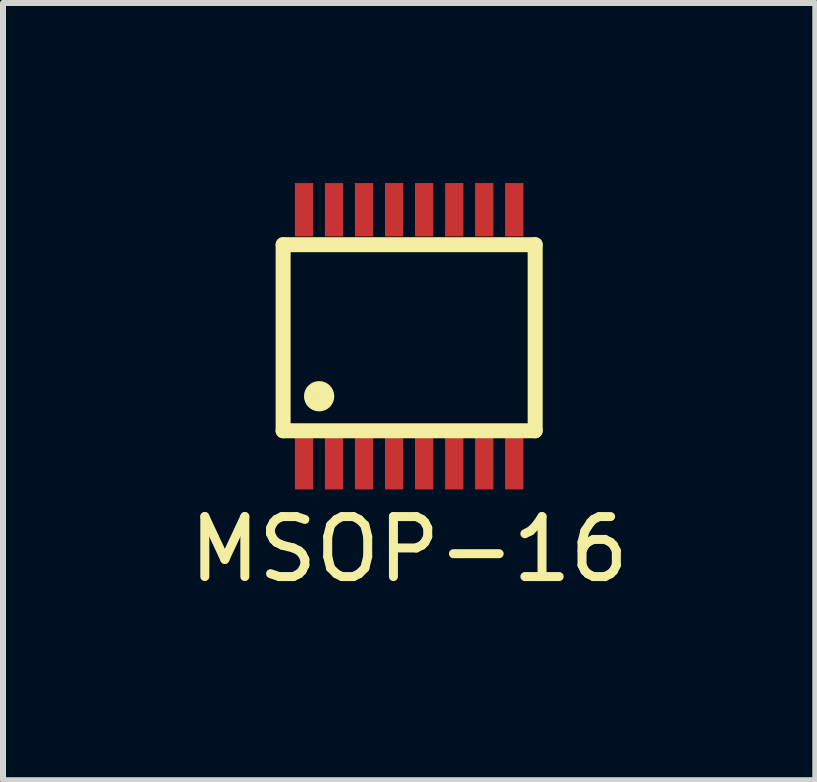
<source format=kicad_pcb>
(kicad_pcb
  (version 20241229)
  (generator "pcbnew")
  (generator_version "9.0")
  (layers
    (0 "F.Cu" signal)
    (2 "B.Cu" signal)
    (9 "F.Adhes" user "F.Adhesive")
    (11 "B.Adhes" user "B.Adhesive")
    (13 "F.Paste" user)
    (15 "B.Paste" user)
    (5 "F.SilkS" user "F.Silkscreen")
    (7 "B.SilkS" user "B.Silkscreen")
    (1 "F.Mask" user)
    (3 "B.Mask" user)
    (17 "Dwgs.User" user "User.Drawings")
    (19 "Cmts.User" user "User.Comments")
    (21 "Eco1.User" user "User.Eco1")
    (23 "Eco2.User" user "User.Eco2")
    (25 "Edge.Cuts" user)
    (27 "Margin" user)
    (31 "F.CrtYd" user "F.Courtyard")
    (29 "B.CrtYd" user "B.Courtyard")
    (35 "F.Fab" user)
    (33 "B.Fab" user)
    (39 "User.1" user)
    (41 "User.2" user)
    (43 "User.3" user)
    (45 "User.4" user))
  (footprint "MSOP-16"
    (layer "F.Cu")
    (at 3.768 2.553)
    (property "Reference" "MSOP-16" (at 0 3.55 0) (layer "F.SilkS") (effects (font (size 1 1) (thickness 0.15))))
    (attr through_hole)
    (fp_line (start -2.1 -1.525) (end -2.1 1.575) (stroke (width 0.25) (type solid)) (layer "F.SilkS"))
    (fp_line (start -2.1 1.575) (end 2.1 1.575) (stroke (width 0.25) (type solid)) (layer "F.SilkS"))
    (fp_line (start 2.1 -1.525) (end -2.1 -1.525) (stroke (width 0.25) (type solid)) (layer "F.SilkS"))
    (fp_line (start 2.1 1.575) (end 2.1 -1.525) (stroke (width 0.25) (type solid)) (layer "F.SilkS"))
    (fp_circle (center -1.5 1) (end -1.475 1.125) (stroke (width 0.25) (type solid)) (fill no) (layer "F.SilkS"))
    (pad "1" smd rect (at -1.751 2.108) (size 0.305 0.889) (layers "F.Cu" "F.Mask" "F.Paste"))
    (pad "2" smd rect (at -1.251 2.108) (size 0.305 0.889) (layers "F.Cu" "F.Mask" "F.Paste"))
    (pad "3" smd rect (at -0.751 2.108) (size 0.305 0.889) (layers "F.Cu" "F.Mask" "F.Paste"))
    (pad "4" smd rect (at -0.25 2.108) (size 0.305 0.889) (layers "F.Cu" "F.Mask" "F.Paste"))
    (pad "5" smd rect (at 0.25 2.108) (size 0.305 0.889) (layers "F.Cu" "F.Mask" "F.Paste"))
    (pad "6" smd rect (at 0.751 2.108) (size 0.305 0.889) (layers "F.Cu" "F.Mask" "F.Paste"))
    (pad "7" smd rect (at 1.251 2.108) (size 0.305 0.889) (layers "F.Cu" "F.Mask" "F.Paste"))
    (pad "8" smd rect (at 1.751 2.108) (size 0.305 0.889) (layers "F.Cu" "F.Mask" "F.Paste"))
    (pad "9" smd rect (at 1.751 -2.108) (size 0.305 0.889) (layers "F.Cu" "F.Mask" "F.Paste"))
    (pad "10" smd rect (at 1.251 -2.108) (size 0.305 0.889) (layers "F.Cu" "F.Mask" "F.Paste"))
    (pad "11" smd rect (at 0.751 -2.108) (size 0.305 0.889) (layers "F.Cu" "F.Mask" "F.Paste"))
    (pad "12" smd rect (at 0.25 -2.108) (size 0.305 0.889) (layers "F.Cu" "F.Mask" "F.Paste"))
    (pad "13" smd rect (at -0.25 -2.108) (size 0.305 0.889) (layers "F.Cu" "F.Mask" "F.Paste"))
    (pad "14" smd rect (at -0.751 -2.108) (size 0.305 0.889) (layers "F.Cu" "F.Mask" "F.Paste"))
    (pad "15" smd rect (at -1.251 -2.108) (size 0.305 0.889) (layers "F.Cu" "F.Mask" "F.Paste"))
    (pad "16" smd rect (at -1.751 -2.108) (size 0.305 0.889) (layers "F.Cu" "F.Mask" "F.Paste")))
  (gr_rect
    (start -3 -3)
    (end 10.536 9.951)
    (stroke (width 0.1) (type default))
    (fill no)
    (layer "Edge.Cuts")))
</source>
